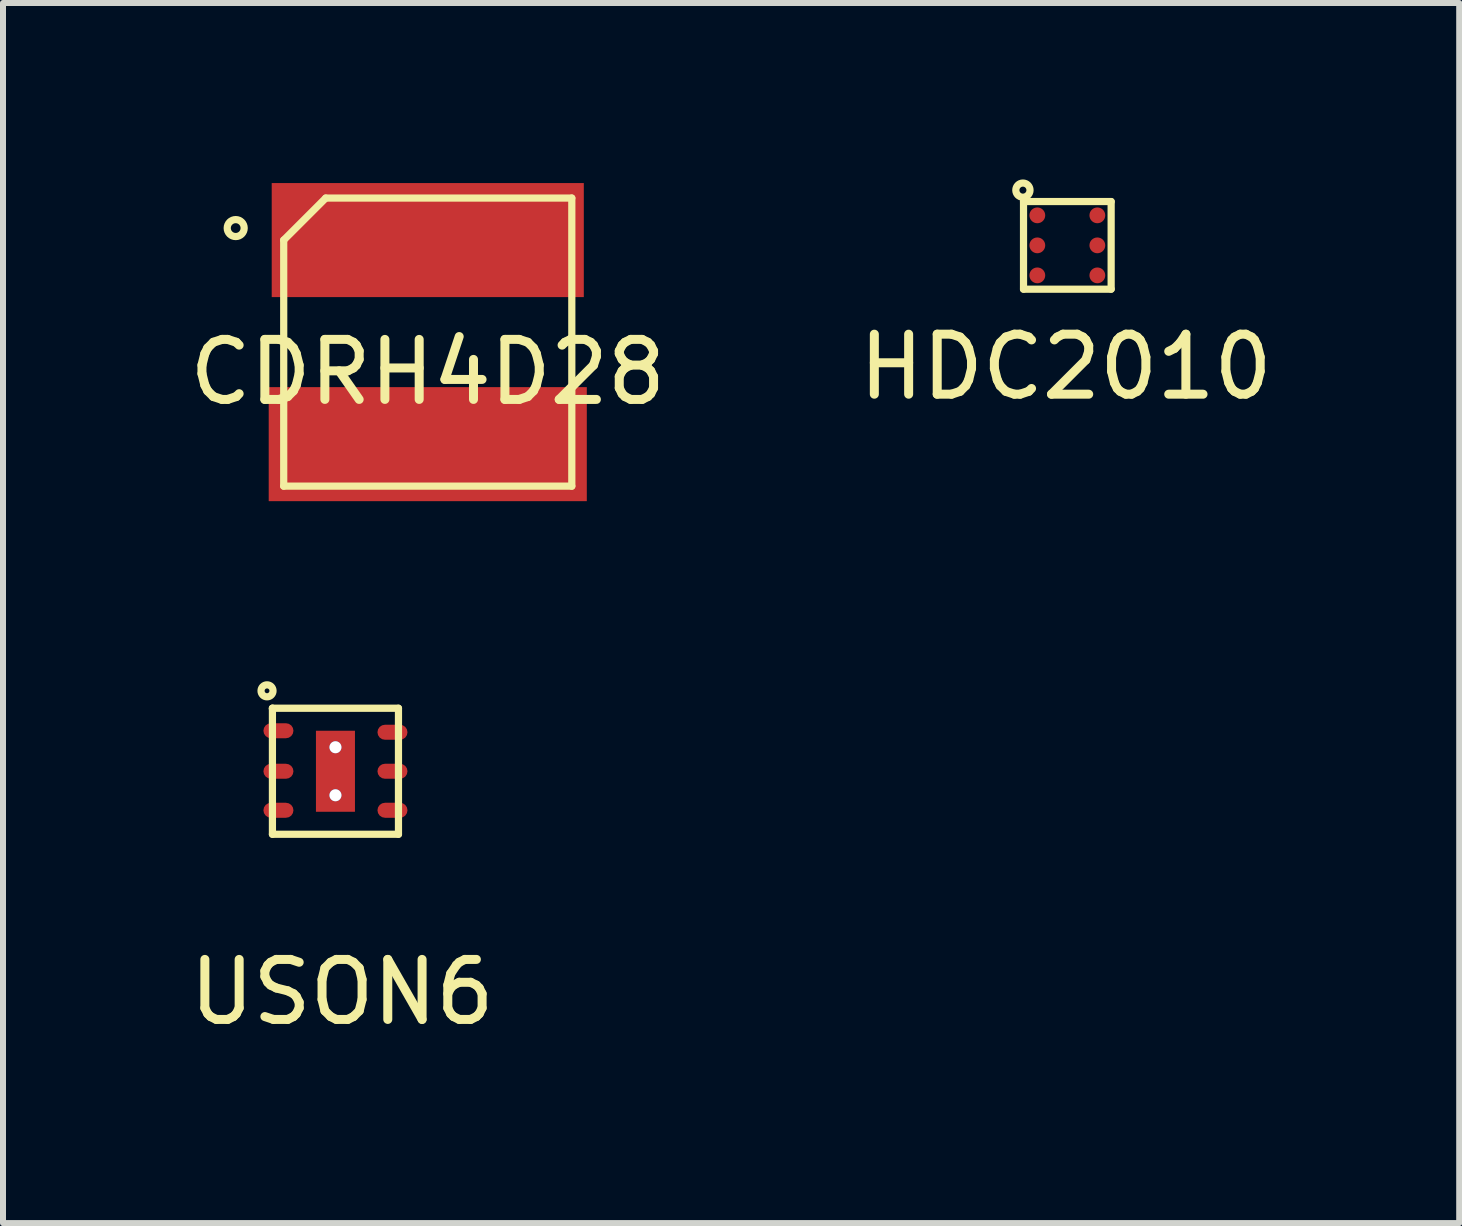
<source format=kicad_pcb>
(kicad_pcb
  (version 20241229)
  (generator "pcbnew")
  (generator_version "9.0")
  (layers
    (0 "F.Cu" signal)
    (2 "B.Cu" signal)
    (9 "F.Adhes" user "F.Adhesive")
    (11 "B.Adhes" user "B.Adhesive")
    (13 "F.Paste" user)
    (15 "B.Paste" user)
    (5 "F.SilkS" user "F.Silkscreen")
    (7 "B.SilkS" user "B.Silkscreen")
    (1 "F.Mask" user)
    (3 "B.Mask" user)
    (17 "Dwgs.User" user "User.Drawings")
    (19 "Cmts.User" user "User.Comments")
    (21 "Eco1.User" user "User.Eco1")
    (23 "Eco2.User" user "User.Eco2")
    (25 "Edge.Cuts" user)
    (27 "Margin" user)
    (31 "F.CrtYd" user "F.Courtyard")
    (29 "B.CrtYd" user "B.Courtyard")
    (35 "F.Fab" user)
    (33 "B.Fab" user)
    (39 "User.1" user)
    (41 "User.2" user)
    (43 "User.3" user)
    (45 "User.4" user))
  (footprint "CDRH4D28"
    (layer "F.Cu")
    (at 4.077 2.65)
    (property "Reference" "CDRH4D28" (at 0 0.5 0) (layer "F.SilkS") (effects (font (size 1 1) (thickness 0.15))))
    (attr through_hole)
    (fp_line (start -2.4 -1.7) (end -2.4 2.4) (stroke (width 0.12) (type solid)) (layer "F.SilkS"))
    (fp_line (start -2.4 2.4) (end 2.4 2.4) (stroke (width 0.12) (type solid)) (layer "F.SilkS"))
    (fp_line (start -1.7 -2.4) (end -2.4 -1.7) (stroke (width 0.12) (type solid)) (layer "F.SilkS"))
    (fp_line (start 2.4 -2.4) (end -1.7 -2.4) (stroke (width 0.12) (type solid)) (layer "F.SilkS"))
    (fp_line (start 2.4 2.4) (end 2.4 -2.4) (stroke (width 0.12) (type solid)) (layer "F.SilkS"))
    (fp_circle (center -3.2 -1.9) (end -3.3 -2) (stroke (width 0.12) (type solid)) (fill no) (layer "F.SilkS"))
    (pad "1" smd rect (at 0 -1.7) (size 5.2 1.9) (layers "F.Cu" "F.Mask" "F.Paste"))
    (pad "2" smd rect (at 0 1.7) (size 5.3 1.9) (layers "F.Cu" "F.Mask" "F.Paste")))
  (footprint "USON6"
    (layer "F.Cu")
    (at 2.539 9.8)
    (property "Reference" "USON6" (at 0.11 3.68 0) (layer "F.SilkS") (effects (font (size 1 1) (thickness 0.15))))
    (attr through_hole)
    (fp_line (start -1.05 -1.05) (end -1.05 -1.04) (stroke (width 0.12) (type solid)) (layer "F.SilkS"))
    (fp_line (start -1.05 -1.05) (end -1.05 1.05) (stroke (width 0.12) (type solid)) (layer "F.SilkS"))
    (fp_line (start -1.05 1.05) (end 1.05 1.05) (stroke (width 0.12) (type solid)) (layer "F.SilkS"))
    (fp_line (start 1.05 -1.05) (end -1.05 -1.05) (stroke (width 0.12) (type solid)) (layer "F.SilkS"))
    (fp_line (start 1.05 1.05) (end 1.05 -1.05) (stroke (width 0.12) (type solid)) (layer "F.SilkS"))
    (fp_circle (center -1.14 -1.34) (end -1.06 -1.28) (stroke (width 0.12) (type solid)) (fill no) (layer "F.SilkS"))
    (pad "1" smd roundrect (at -0.95 -0.675) (size 0.5 0.25) (layers "F.Cu" "F.Mask" "F.Paste") (roundrect_rratio 0.5))
    (pad "2" smd roundrect (at -0.95 0) (size 0.5 0.25) (layers "F.Cu" "F.Mask" "F.Paste") (roundrect_rratio 0.5))
    (pad "3" smd roundrect (at -0.95 0.65) (size 0.5 0.25) (layers "F.Cu" "F.Mask" "F.Paste") (roundrect_rratio 0.5))
    (pad "4" smd roundrect (at 0.95 0.65) (size 0.5 0.25) (layers "F.Cu" "F.Mask" "F.Paste") (roundrect_rratio 0.5))
    (pad "5" smd roundrect (at 0.95 0) (size 0.5 0.25) (layers "F.Cu" "F.Mask" "F.Paste") (roundrect_rratio 0.5))
    (pad "6" smd roundrect (at 0.95 -0.65) (size 0.5 0.25) (layers "F.Cu" "F.Mask" "F.Paste") (roundrect_rratio 0.5))
    (pad "7" thru_hole circle (at 0 -0.4) (size 0.2 0.2) (drill 0.2) (layers "*.Cu" "*.Mask"))
    (pad "7" smd rect (at 0 0) (size 0.65 1.35) (layers "F.Cu" "F.Mask" "F.Paste"))
    (pad "7" thru_hole circle (at 0 0.4) (size 0.2 0.2) (drill 0.2) (layers "*.Cu" "*.Mask")))
  (footprint "HDC2010"
    (layer "F.Cu")
    (at 14.733 1.038)
    (property "Reference" "HDC2010" (at -0.025 2.025 0) (layer "F.SilkS") (effects (font (size 1 1) (thickness 0.15))))
    (attr through_hole)
    (fp_line (start -0.73 -0.73) (end 0.73 -0.73) (stroke (width 0.12) (type solid)) (layer "F.SilkS"))
    (fp_line (start -0.73 0.73) (end -0.73 -0.73) (stroke (width 0.12) (type solid)) (layer "F.SilkS"))
    (fp_line (start 0.73 -0.73) (end 0.73 0.73) (stroke (width 0.12) (type solid)) (layer "F.SilkS"))
    (fp_line (start 0.73 0.73) (end -0.73 0.73) (stroke (width 0.12) (type solid)) (layer "F.SilkS"))
    (fp_circle (center -0.74 -0.92) (end -0.69 -0.89) (stroke (width 0.12) (type solid)) (fill no) (layer "F.SilkS"))
    (pad "A1" smd circle (at -0.5 -0.5) (size 0.263 0.263) (layers "F.Cu" "F.Mask" "F.Paste"))
    (pad "A2" smd circle (at 0.5 -0.5) (size 0.263 0.263) (layers "F.Cu" "F.Mask" "F.Paste"))
    (pad "B1" smd circle (at -0.5 0) (size 0.263 0.263) (layers "F.Cu" "F.Mask" "F.Paste"))
    (pad "B2" smd circle (at 0.5 0) (size 0.263 0.263) (layers "F.Cu" "F.Mask" "F.Paste"))
    (pad "C1" smd circle (at -0.5 0.5) (size 0.263 0.263) (layers "F.Cu" "F.Mask" "F.Paste"))
    (pad "C2" smd circle (at 0.5 0.5) (size 0.263 0.263) (layers "F.Cu" "F.Mask" "F.Paste")))
  (gr_rect
    (start -3 -3)
    (end 21.262 17.328)
    (stroke (width 0.1) (type default))
    (fill no)
    (layer "Edge.Cuts")))
</source>
